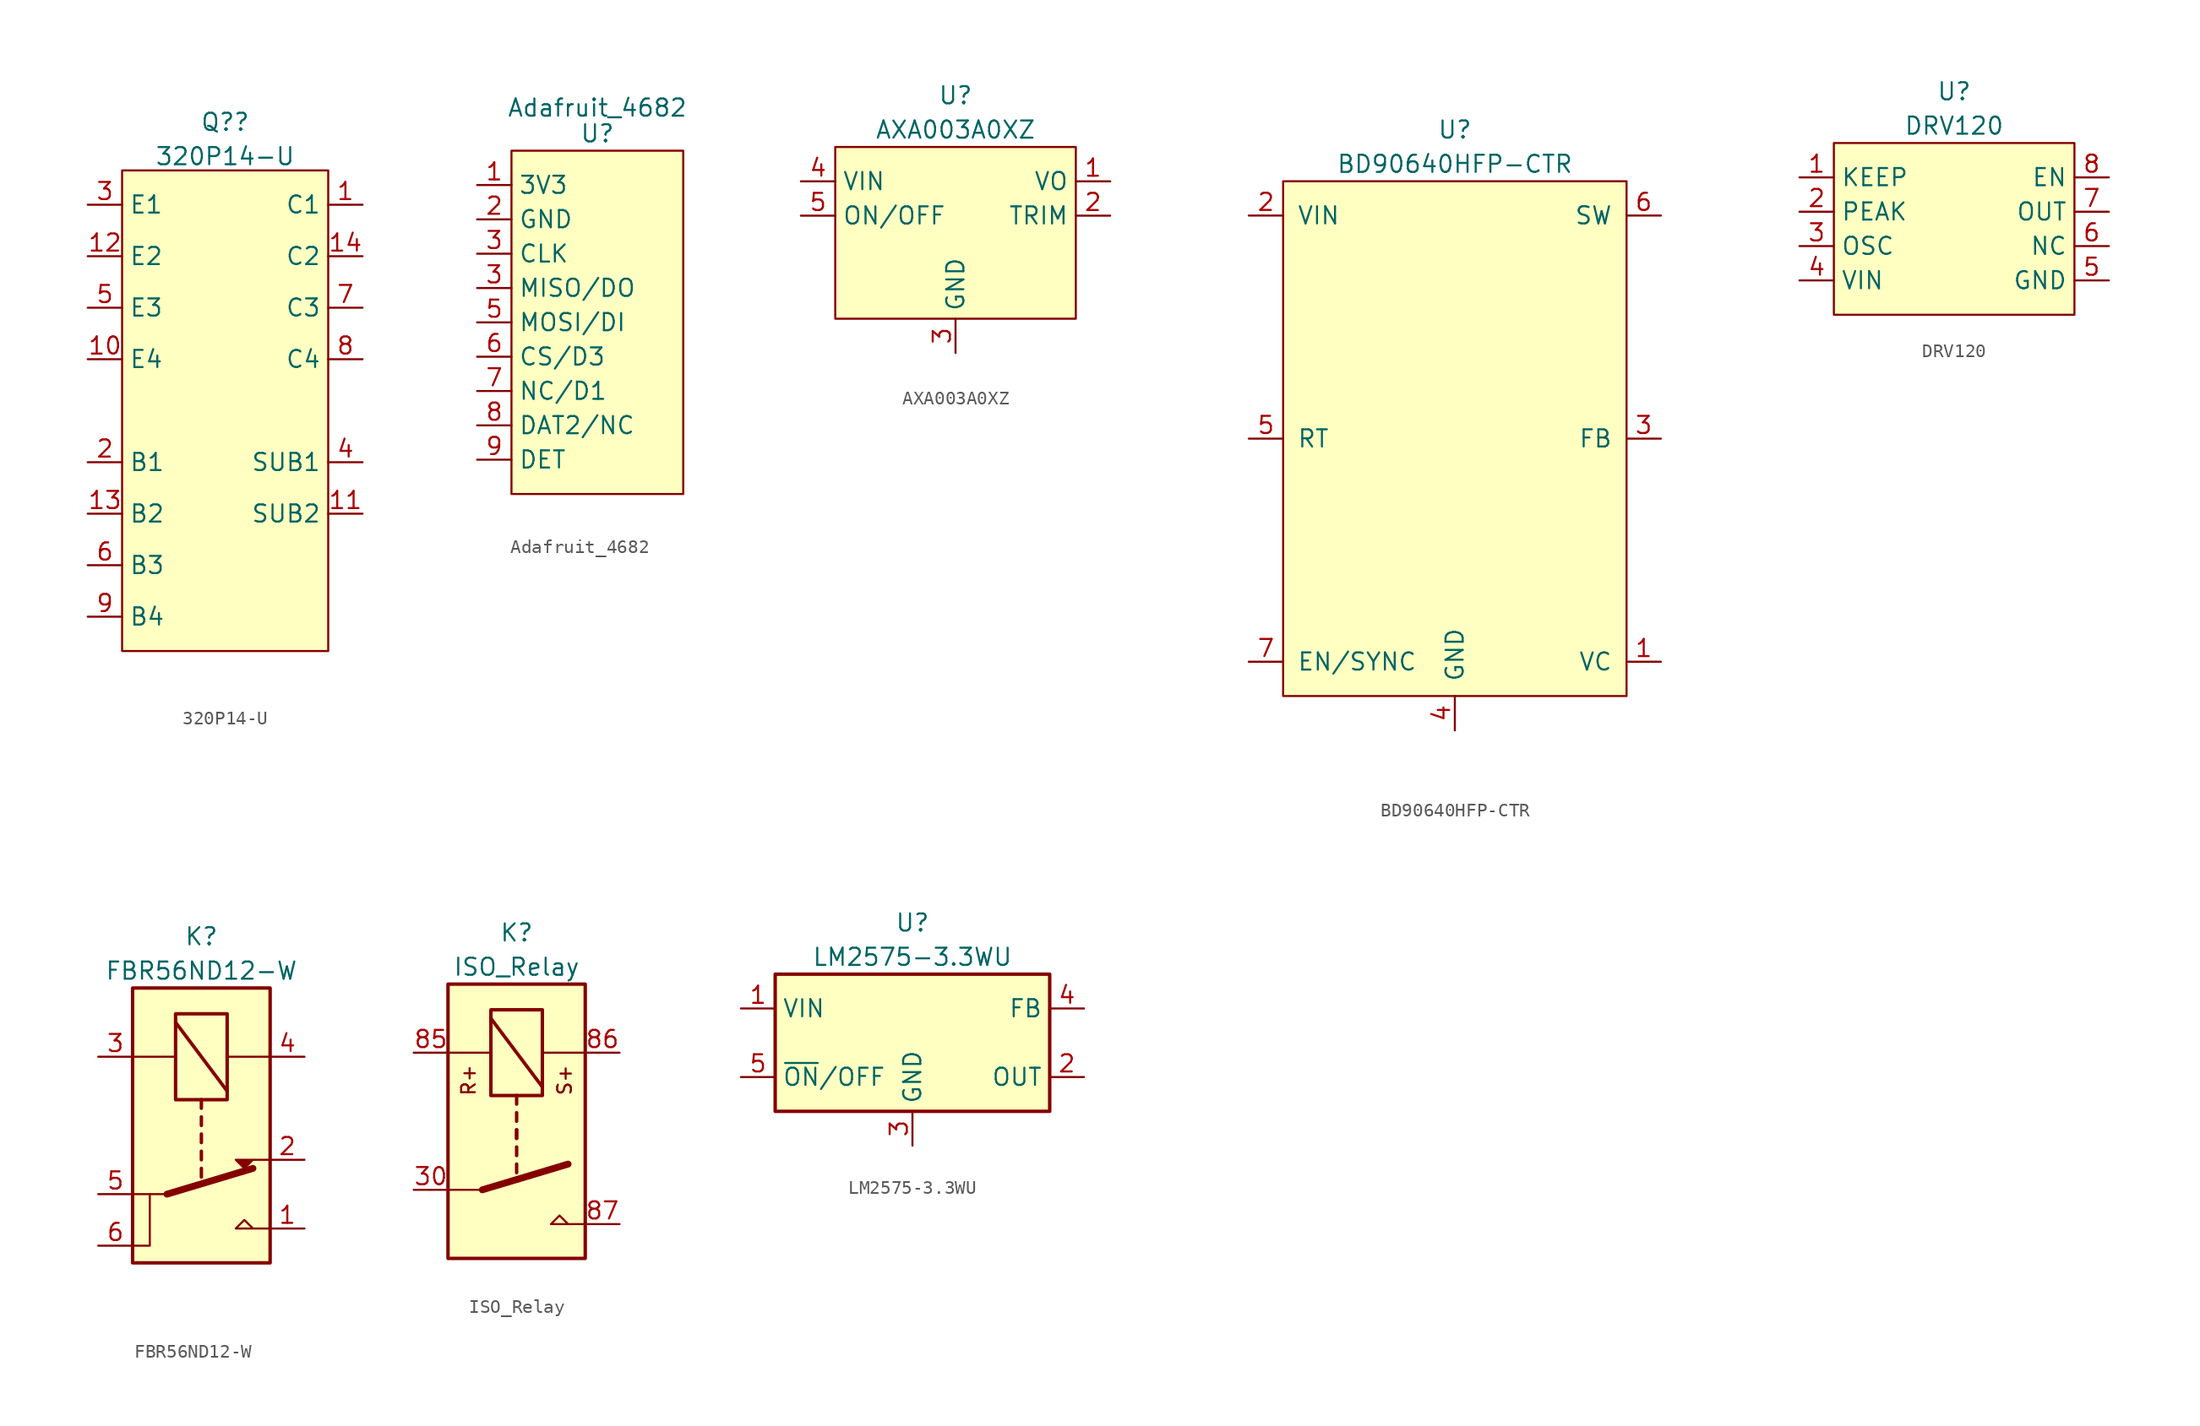
<source format=kicad_sym>
(kicad_symbol_lib
  (version 20211014)
  (generator kicad_symbol_editor)
  (symbol "320P14-U"
    (property "Reference" "Q?"
      (at 0 21.353 0)
      (effects (font (size 1.27 1.27))))
    (property "Value" "320P14-U"
      (at 0 18.816 0)
      (effects (font (size 1.27 1.27))))
    (symbol "320P14-U_0_1"
      (rectangle (start -7.62 17.78) (end 7.62 -17.78) (stroke (width 0) (type default) (color 0 0 0 0)) (fill (type background))))
    (symbol "320P14-U_1_1"
      (pin bidirectional line (at 10.16 15.24 180) (length 2.54) (name "C1" (effects (font (size 1.27 1.27)))) (number "1" (effects (font (size 1.27 1.27)))))
      (pin bidirectional line (at -10.16 3.81 0) (length 2.54) (name "E4" (effects (font (size 1.27 1.27)))) (number "10" (effects (font (size 1.27 1.27)))))
      (pin input line (at 10.16 -7.62 180) (length 2.54) (name "SUB2" (effects (font (size 1.27 1.27)))) (number "11" (effects (font (size 1.27 1.27)))))
      (pin bidirectional line (at -10.16 11.43 0) (length 2.54) (name "E2" (effects (font (size 1.27 1.27)))) (number "12" (effects (font (size 1.27 1.27)))))
      (pin bidirectional line (at -10.16 -7.62 0) (length 2.54) (name "B2" (effects (font (size 1.27 1.27)))) (number "13" (effects (font (size 1.27 1.27)))))
      (pin bidirectional line (at 10.16 11.43 180) (length 2.54) (name "C2" (effects (font (size 1.27 1.27)))) (number "14" (effects (font (size 1.27 1.27)))))
      (pin bidirectional line (at -10.16 -3.81 0) (length 2.54) (name "B1" (effects (font (size 1.27 1.27)))) (number "2" (effects (font (size 1.27 1.27)))))
      (pin bidirectional line (at -10.16 15.24 0) (length 2.54) (name "E1" (effects (font (size 1.27 1.27)))) (number "3" (effects (font (size 1.27 1.27)))))
      (pin input line (at 10.16 -3.81 180) (length 2.54) (name "SUB1" (effects (font (size 1.27 1.27)))) (number "4" (effects (font (size 1.27 1.27)))))
      (pin bidirectional line (at -10.16 7.62 0) (length 2.54) (name "E3" (effects (font (size 1.27 1.27)))) (number "5" (effects (font (size 1.27 1.27)))))
      (pin bidirectional line (at -10.16 -11.43 0) (length 2.54) (name "B3" (effects (font (size 1.27 1.27)))) (number "6" (effects (font (size 1.27 1.27)))))
      (pin bidirectional line (at 10.16 7.62 180) (length 2.54) (name "C3" (effects (font (size 1.27 1.27)))) (number "7" (effects (font (size 1.27 1.27)))))
      (pin bidirectional line (at 10.16 3.81 180) (length 2.54) (name "C4" (effects (font (size 1.27 1.27)))) (number "8" (effects (font (size 1.27 1.27)))))
      (pin bidirectional line (at -10.16 -15.24 0) (length 2.54) (name "B4" (effects (font (size 1.27 1.27)))) (number "9" (effects (font (size 1.27 1.27)))))))
  (symbol "Adafruit_4682"
    (property "Reference" "U"
      (at 0 13.97 0)
      (effects (font (size 1.27 1.27))))
    (property "Value" "Adafruit_4682"
      (at 0 15.875 0)
      (effects (font (size 1.27 1.27))))
    (symbol "Adafruit_4682_0_1"
      (rectangle (start -6.35 12.7) (end 6.35 -12.7) (stroke (width 0) (type default) (color 0 0 0 0)) (fill (type background))))
    (symbol "Adafruit_4682_1_1"
      (pin input line (at -8.89 10.16 0) (length 2.54) (name "3V3" (effects (font (size 1.27 1.27)))) (number "1" (effects (font (size 1.27 1.27)))))
      (pin input line (at -8.89 7.62 0) (length 2.54) (name "GND" (effects (font (size 1.27 1.27)))) (number "2" (effects (font (size 1.27 1.27)))))
      (pin input line (at -8.89 5.08 0) (length 2.54) (name "CLK" (effects (font (size 1.27 1.27)))) (number "3" (effects (font (size 1.27 1.27)))))
      (pin input line (at -8.89 2.54 0) (length 2.54) (name "MISO/DO" (effects (font (size 1.27 1.27)))) (number "3" (effects (font (size 1.27 1.27)))))
      (pin input line (at -8.89 0 0) (length 2.54) (name "MOSI/DI" (effects (font (size 1.27 1.27)))) (number "5" (effects (font (size 1.27 1.27)))))
      (pin input line (at -8.89 -2.54 0) (length 2.54) (name "CS/D3" (effects (font (size 1.27 1.27)))) (number "6" (effects (font (size 1.27 1.27)))))
      (pin input line (at -8.89 -5.08 0) (length 2.54) (name "NC/D1" (effects (font (size 1.27 1.27)))) (number "7" (effects (font (size 1.27 1.27)))))
      (pin input line (at -8.89 -7.62 0) (length 2.54) (name "DAT2/NC" (effects (font (size 1.27 1.27)))) (number "8" (effects (font (size 1.27 1.27)))))
      (pin input line (at -8.89 -10.16 0) (length 2.54) (name "DET" (effects (font (size 1.27 1.27)))) (number "9" (effects (font (size 1.27 1.27)))))))
  (symbol "AXA003A0XZ"
    (property "Reference" "U"
      (at 0 8.89 0)
      (effects (font (size 1.27 1.27))))
    (property "Value" "AXA003A0XZ"
      (at 0 6.35 0)
      (effects (font (size 1.27 1.27))))
    (symbol "AXA003A0XZ_0_1"
      (rectangle (start -8.89 5.08) (end 8.89 -7.62) (stroke (width 0) (type default) (color 0 0 0 0)) (fill (type background))))
    (symbol "AXA003A0XZ_1_1"
      (pin input line (at 11.43 2.54 180) (length 2.54) (name "VO" (effects (font (size 1.27 1.27)))) (number "1" (effects (font (size 1.27 1.27)))))
      (pin input line (at 11.43 0 180) (length 2.54) (name "TRIM" (effects (font (size 1.27 1.27)))) (number "2" (effects (font (size 1.27 1.27)))))
      (pin input line (at 0 -10.16 90) (length 2.54) (name "GND" (effects (font (size 1.27 1.27)))) (number "3" (effects (font (size 1.27 1.27)))))
      (pin input line (at -11.43 2.54 0) (length 2.54) (name "VIN" (effects (font (size 1.27 1.27)))) (number "4" (effects (font (size 1.27 1.27)))))
      (pin input line (at -11.43 0 0) (length 2.54) (name "ON/OFF" (effects (font (size 1.27 1.27)))) (number "5" (effects (font (size 1.27 1.27)))))))
  (symbol "BD90640HFP-CTR"
    (pin_names
      (offset 1.016))
    (property "Reference" "U"
      (at 0 22.86 0)
      (effects (font (size 1.27 1.27))))
    (property "Value" "BD90640HFP-CTR"
      (at 0 20.32 0)
      (effects (font (size 1.27 1.27))))
    (symbol "BD90640HFP-CTR_0_1"
      (rectangle (start 12.7 19.05) (end -12.7 -19.05) (stroke (width 0) (type default) (color 0 0 0 0)) (fill (type background))))
    (symbol "BD90640HFP-CTR_1_1"
      (pin input line (at 15.24 -16.51 180) (length 2.54) (name "VC" (effects (font (size 1.27 1.27)))) (number "1" (effects (font (size 1.27 1.27)))))
      (pin input line (at -15.24 16.51 0) (length 2.54) (name "VIN" (effects (font (size 1.27 1.27)))) (number "2" (effects (font (size 1.27 1.27)))))
      (pin input line (at 15.24 0 180) (length 2.54) (name "FB" (effects (font (size 1.27 1.27)))) (number "3" (effects (font (size 1.27 1.27)))))
      (pin input line (at 0 -21.59 90) (length 2.54) (name "GND" (effects (font (size 1.27 1.27)))) (number "4" (effects (font (size 1.27 1.27)))))
      (pin input line (at -15.24 0 0) (length 2.54) (name "RT" (effects (font (size 1.27 1.27)))) (number "5" (effects (font (size 1.27 1.27)))))
      (pin input line (at 15.24 16.51 180) (length 2.54) (name "SW" (effects (font (size 1.27 1.27)))) (number "6" (effects (font (size 1.27 1.27)))))
      (pin input line (at -15.24 -16.51 0) (length 2.54) (name "EN/SYNC" (effects (font (size 1.27 1.27)))) (number "7" (effects (font (size 1.27 1.27)))))))
  (symbol "DRV120"
    (property "Reference" "U"
      (at 0 10.16 0)
      (effects (font (size 1.27 1.27))))
    (property "Value" "DRV120"
      (at 0 7.62 0)
      (effects (font (size 1.27 1.27))))
    (symbol "DRV120_0_1"
      (rectangle (start -8.89 6.35) (end 8.89 -6.35) (stroke (width 0) (type default) (color 0 0 0 0)) (fill (type background))))
    (symbol "DRV120_1_1"
      (pin input line (at -11.43 3.81 0) (length 2.54) (name "KEEP" (effects (font (size 1.27 1.27)))) (number "1" (effects (font (size 1.27 1.27)))))
      (pin input line (at -11.43 1.27 0) (length 2.54) (name "PEAK" (effects (font (size 1.27 1.27)))) (number "2" (effects (font (size 1.27 1.27)))))
      (pin input line (at -11.43 -1.27 0) (length 2.54) (name "OSC" (effects (font (size 1.27 1.27)))) (number "3" (effects (font (size 1.27 1.27)))))
      (pin input line (at -11.43 -3.81 0) (length 2.54) (name "VIN" (effects (font (size 1.27 1.27)))) (number "4" (effects (font (size 1.27 1.27)))))
      (pin input line (at 11.43 -3.81 180) (length 2.54) (name "GND" (effects (font (size 1.27 1.27)))) (number "5" (effects (font (size 1.27 1.27)))))
      (pin input line (at 11.43 -1.27 180) (length 2.54) (name "NC" (effects (font (size 1.27 1.27)))) (number "6" (effects (font (size 1.27 1.27)))))
      (pin input line (at 11.43 1.27 180) (length 2.54) (name "OUT" (effects (font (size 1.27 1.27)))) (number "7" (effects (font (size 1.27 1.27)))))
      (pin input line (at 11.43 3.81 180) (length 2.54) (name "EN" (effects (font (size 1.27 1.27)))) (number "8" (effects (font (size 1.27 1.27)))))))
  (symbol "FBR56ND12-W"
    (property "Reference" "K"
      (at 0 15.24 0)
      (effects (font (size 1.27 1.27))))
    (property "Value" "FBR56ND12-W"
      (at 0 12.7 0)
      (effects (font (size 1.27 1.27))))
    (symbol "FBR56ND12-W_0_0"
      (polyline (pts (xy 5.08 -6.35) (xy 2.54 -6.35) (xy 3.175 -5.715) (xy 3.81 -6.35)) (stroke (width 0) (type default) (color 0 0 0 0)) (fill (type none)))
      (polyline (pts (xy 5.08 -1.27) (xy 2.54 -1.27) (xy 3.175 -1.905) (xy 3.81 -1.27)) (stroke (width 0) (type default) (color 0 0 0 0)) (fill (type outline)))
      (text "" (at -8.89 -11.43 900) (effects (font (size 1.27 1.27)))))
    (symbol "FBR56ND12-W_0_1"
      (polyline (pts (xy -5.08 6.35) (xy -1.905 6.35)) (stroke (width 0) (type default) (color 0 0 0 0)) (fill (type none)))
      (polyline (pts (xy -2.54 -3.81) (xy -5.08 -3.81)) (stroke (width 0) (type default) (color 0 0 0 0)) (fill (type none)))
      (polyline (pts (xy -2.54 -3.81) (xy 3.81 -1.905)) (stroke (width 0.508) (type default) (color 0 0 0 0)) (fill (type none)))
      (polyline (pts (xy -1.905 8.89) (xy 1.905 3.81)) (stroke (width 0.254) (type default) (color 0 0 0 0)) (fill (type none)))
      (polyline (pts (xy 0 -1.905) (xy 0 -2.54)) (stroke (width 0.254) (type default) (color 0 0 0 0)) (fill (type none)))
      (polyline (pts (xy 0 -0.635) (xy 0 -1.27)) (stroke (width 0.254) (type default) (color 0 0 0 0)) (fill (type none)))
      (polyline (pts (xy 0 0.635) (xy 0 0)) (stroke (width 0.254) (type default) (color 0 0 0 0)) (fill (type none)))
      (polyline (pts (xy 0 1.905) (xy 0 1.27)) (stroke (width 0.254) (type default) (color 0 0 0 0)) (fill (type none)))
      (polyline (pts (xy 0 3.175) (xy 0 2.54)) (stroke (width 0.254) (type default) (color 0 0 0 0)) (fill (type none)))
      (polyline (pts (xy 5.08 6.35) (xy 1.905 6.35)) (stroke (width 0) (type default) (color 0 0 0 0)) (fill (type none)))
      (polyline (pts (xy -5.08 -7.62) (xy -3.81 -7.62) (xy -3.81 -3.81)) (stroke (width 0) (type default) (color 0 0 0 0)) (fill (type none)))
      (rectangle (start 1.905 9.525) (end -1.905 3.175) (stroke (width 0.254) (type default) (color 0 0 0 0)) (fill (type none)))
      (rectangle (start 5.08 11.43) (end -5.08 -8.89) (stroke (width 0.254) (type default) (color 0 0 0 0)) (fill (type background))))
    (symbol "FBR56ND12-W_1_1"
      (pin passive line (at 7.62 -6.35 180) (length 2.54) (name "~" (effects (font (size 1.27 1.27)))) (number "1" (effects (font (size 1.27 1.27)))))
      (pin passive line (at 7.62 -1.27 180) (length 2.54) (name "~" (effects (font (size 1.27 1.27)))) (number "2" (effects (font (size 1.27 1.27)))))
      (pin passive line (at -7.62 6.35 0) (length 2.54) (name "~" (effects (font (size 1.27 1.27)))) (number "3" (effects (font (size 1.27 1.27)))))
      (pin passive line (at 7.62 6.35 180) (length 2.54) (name "~" (effects (font (size 1.27 1.27)))) (number "4" (effects (font (size 1.27 1.27)))))
      (pin passive line (at -7.62 -3.81 0) (length 2.54) (name "~" (effects (font (size 1.27 1.27)))) (number "5" (effects (font (size 1.27 1.27)))))
      (pin passive line (at -7.62 -7.62 0) (length 2.54) (name "~" (effects (font (size 1.27 1.27)))) (number "6" (effects (font (size 1.27 1.27)))))))
  (symbol "ISO_Relay"
    (property "Reference" "K"
      (at 0 13.97 0)
      (effects (font (size 1.27 1.27))))
    (property "Value" "ISO_Relay"
      (at 0 11.43 0)
      (effects (font (size 1.27 1.27))))
    (symbol "ISO_Relay_1_1"
      (polyline (pts (xy -5.08 5.08) (xy -1.905 5.08)) (stroke (width 0) (type default) (color 0 0 0 0)) (fill (type none)))
      (polyline (pts (xy -2.54 -5.08) (xy -5.08 -5.08)) (stroke (width 0) (type default) (color 0 0 0 0)) (fill (type none)))
      (polyline (pts (xy -2.54 -5.08) (xy 3.81 -3.175)) (stroke (width 0.508) (type default) (color 0 0 0 0)) (fill (type none)))
      (polyline (pts (xy -1.905 7.62) (xy 1.905 2.54)) (stroke (width 0.254) (type default) (color 0 0 0 0)) (fill (type none)))
      (polyline (pts (xy 0 -3.175) (xy 0 -3.81)) (stroke (width 0.254) (type default) (color 0 0 0 0)) (fill (type none)))
      (polyline (pts (xy 0 -1.905) (xy 0 -2.54)) (stroke (width 0.254) (type default) (color 0 0 0 0)) (fill (type none)))
      (polyline (pts (xy 0 -0.635) (xy 0 -1.27)) (stroke (width 0.254) (type default) (color 0 0 0 0)) (fill (type none)))
      (polyline (pts (xy 0 -0.635) (xy 0 -1.27)) (stroke (width 0.254) (type default) (color 0 0 0 0)) (fill (type none)))
      (polyline (pts (xy 0 0.635) (xy 0 0)) (stroke (width 0.254) (type default) (color 0 0 0 0)) (fill (type none)))
      (polyline (pts (xy 0 1.905) (xy 0 1.27)) (stroke (width 0.254) (type default) (color 0 0 0 0)) (fill (type none)))
      (polyline (pts (xy 3.81 -7.62) (xy 5.08 -7.62)) (stroke (width 0) (type default) (color 0 0 0 0)) (fill (type none)))
      (polyline (pts (xy 5.08 5.08) (xy 1.905 5.08)) (stroke (width 0) (type default) (color 0 0 0 0)) (fill (type none)))
      (polyline (pts (xy 3.81 -7.62) (xy 2.54 -7.62) (xy 3.175 -6.985) (xy 3.81 -7.62)) (stroke (width 0) (type default) (color 0 0 0 0)) (fill (type none)))
      (rectangle (start 1.905 8.255) (end -1.905 1.905) (stroke (width 0.254) (type default) (color 0 0 0 0)) (fill (type none)))
      (rectangle (start 5.08 10.16) (end -5.08 -10.16) (stroke (width 0.254) (type default) (color 0 0 0 0)) (fill (type background)))
      (text "R+" (at -3.556 3.048 900) (effects (font (size 1.016 1.016))))
      (text "S+" (at 3.556 3.048 900) (effects (font (size 1.016 1.016))))
      (pin passive line (at -7.62 -5.08 0) (length 2.54) (name "~" (effects (font (size 1.27 1.27)))) (number "30" (effects (font (size 1.27 1.27)))))
      (pin passive line (at -7.62 5.08 0) (length 2.54) (name "~" (effects (font (size 1.27 1.27)))) (number "85" (effects (font (size 1.27 1.27)))))
      (pin passive line (at 7.62 5.08 180) (length 2.54) (name "~" (effects (font (size 1.27 1.27)))) (number "86" (effects (font (size 1.27 1.27)))))
      (pin passive line (at 7.62 -7.62 180) (length 2.54) (name "~" (effects (font (size 1.27 1.27)))) (number "87" (effects (font (size 1.27 1.27)))))))
  (symbol "LM2575-3.3WU"
    (property "Reference" "U"
      (at 0 8.89 0)
      (effects (font (size 1.27 1.27))))
    (property "Value" "LM2575-3.3WU"
      (at 0 6.35 0)
      (effects (font (size 1.27 1.27))))
    (symbol "LM2575-3.3WU_0_1"
      (rectangle (start -10.16 5.08) (end 10.16 -5.08) (stroke (width 0.254) (type default) (color 0 0 0 0)) (fill (type background))))
    (symbol "LM2575-3.3WU_1_1"
      (pin power_in line (at -12.7 2.54 0) (length 2.54) (name "VIN" (effects (font (size 1.27 1.27)))) (number "1" (effects (font (size 1.27 1.27)))))
      (pin output line (at 12.7 -2.54 180) (length 2.54) (name "OUT" (effects (font (size 1.27 1.27)))) (number "2" (effects (font (size 1.27 1.27)))))
      (pin power_in line (at 0 -7.62 90) (length 2.54) (name "GND" (effects (font (size 1.27 1.27)))) (number "3" (effects (font (size 1.27 1.27)))))
      (pin input line (at 12.7 2.54 180) (length 2.54) (name "FB" (effects (font (size 1.27 1.27)))) (number "4" (effects (font (size 1.27 1.27)))))
      (pin input line (at -12.7 -2.54 0) (length 2.54) (name "~{ON}/OFF" (effects (font (size 1.27 1.27)))) (number "5" (effects (font (size 1.27 1.27))))))))
</source>
